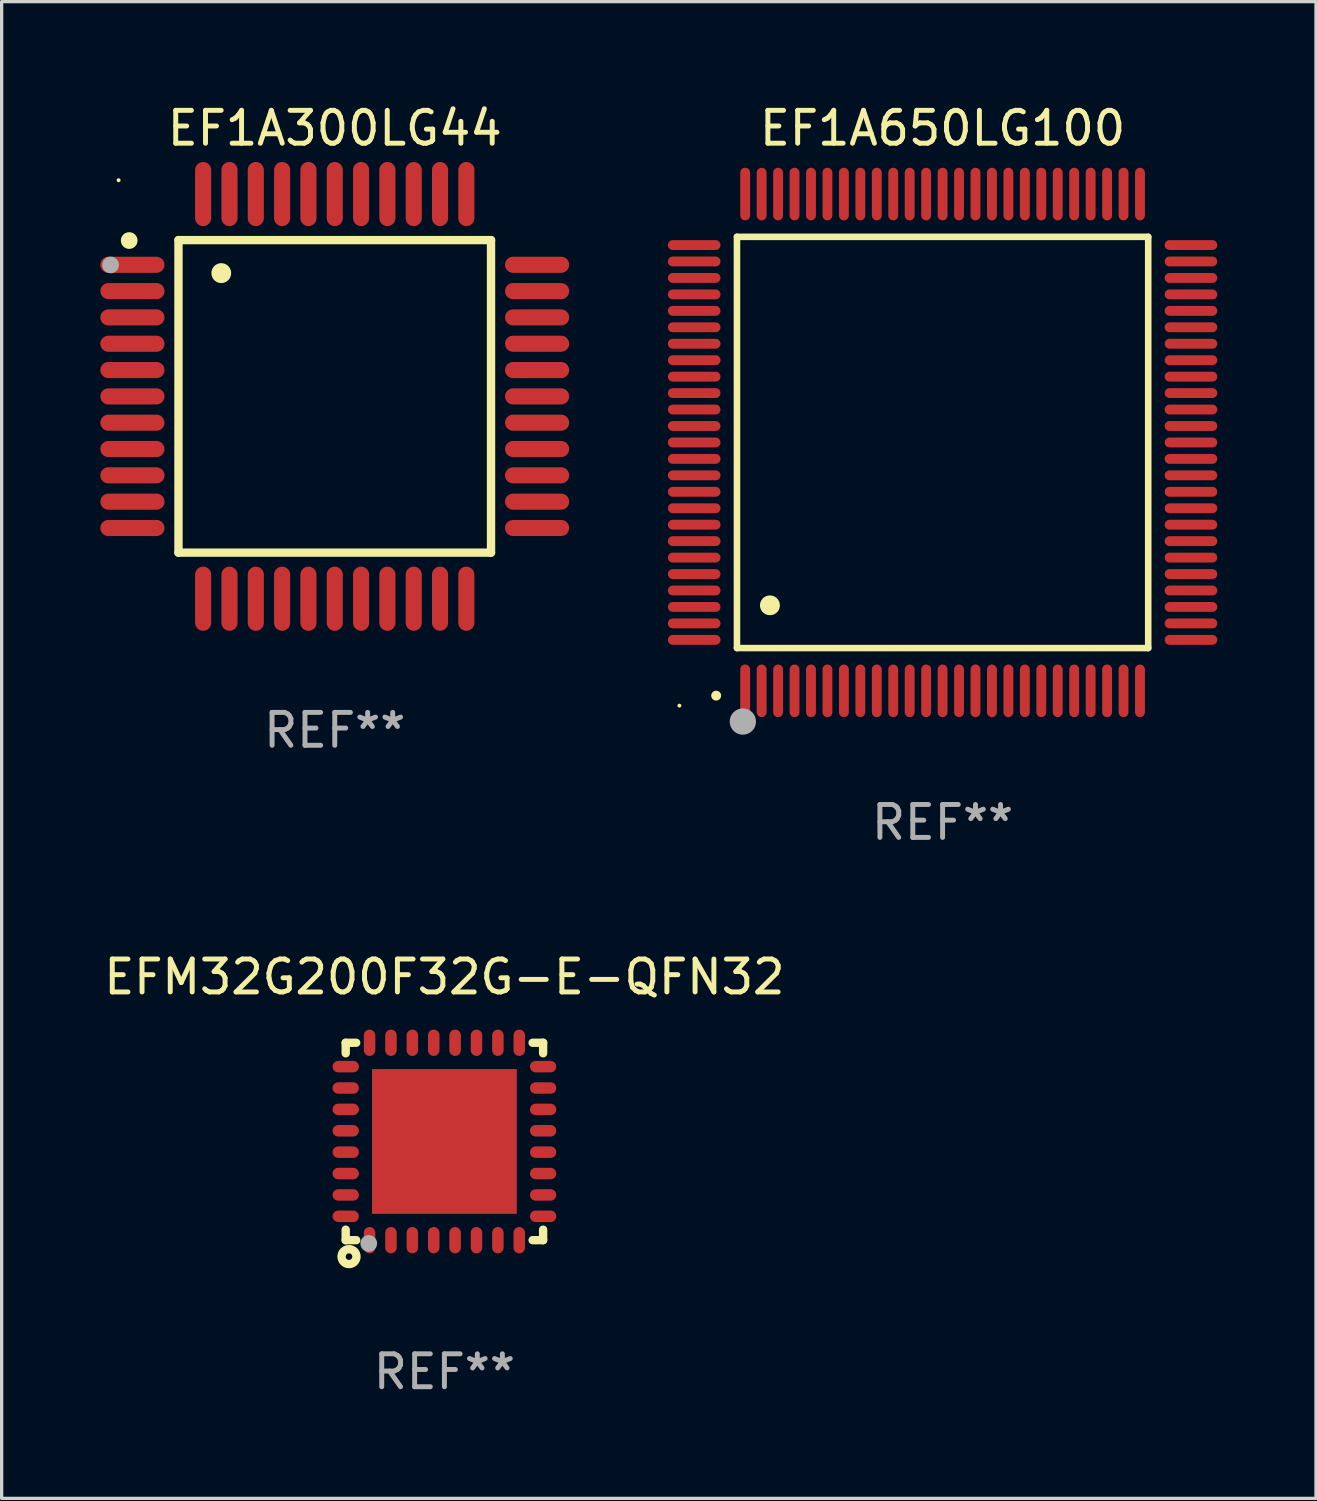
<source format=kicad_pcb>
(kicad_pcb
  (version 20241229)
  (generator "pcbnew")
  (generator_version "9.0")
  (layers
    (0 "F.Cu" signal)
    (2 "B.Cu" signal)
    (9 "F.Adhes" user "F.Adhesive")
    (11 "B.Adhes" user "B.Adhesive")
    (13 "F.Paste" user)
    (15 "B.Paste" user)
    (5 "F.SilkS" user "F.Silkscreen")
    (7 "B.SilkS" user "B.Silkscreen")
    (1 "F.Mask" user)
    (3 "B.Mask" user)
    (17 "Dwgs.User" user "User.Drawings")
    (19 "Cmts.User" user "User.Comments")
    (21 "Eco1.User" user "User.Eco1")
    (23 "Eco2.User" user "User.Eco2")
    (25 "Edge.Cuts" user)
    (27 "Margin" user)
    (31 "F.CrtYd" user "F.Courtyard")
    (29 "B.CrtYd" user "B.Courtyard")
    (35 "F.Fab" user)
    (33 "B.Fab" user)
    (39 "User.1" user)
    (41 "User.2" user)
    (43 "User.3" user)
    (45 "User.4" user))
  (footprint "EFM32G200F32G-E-QFN32"
    (layer "F.Cu")
    (at 10.458 31.645)
    (property "Reference" "EFM32G200F32G-E-QFN32" (at 0 -5 0) (layer "F.SilkS") (effects (font (size 1 1) (thickness 0.15))))
    (attr through_hole)
    (fp_line (start -3 -3) (end -3 -2.681) (stroke (width 0.254) (type solid)) (layer "F.SilkS"))
    (fp_line (start -3 -3) (end -2.681 -3) (stroke (width 0.254) (type solid)) (layer "F.SilkS"))
    (fp_line (start -3 2.681) (end -3 3) (stroke (width 0.254) (type solid)) (layer "F.SilkS"))
    (fp_line (start -3 3) (end -2.681 3) (stroke (width 0.254) (type solid)) (layer "F.SilkS"))
    (fp_line (start 2.681 -3) (end 3 -3) (stroke (width 0.254) (type solid)) (layer "F.SilkS"))
    (fp_line (start 2.681 3) (end 3 3) (stroke (width 0.254) (type solid)) (layer "F.SilkS"))
    (fp_line (start 3 -3) (end 3 -2.681) (stroke (width 0.254) (type solid)) (layer "F.SilkS"))
    (fp_line (start 3 2.681) (end 3 3) (stroke (width 0.254) (type solid)) (layer "F.SilkS"))
    (fp_circle (center -3 3) (end -2.97 3) (stroke (width 0.06) (type solid)) (fill no) (layer "F.SilkS"))
    (fp_circle (center -2.9 3.5) (end -2.8 3.5) (stroke (width 0.254) (type solid)) (fill no) (layer "F.SilkS"))
    (fp_circle (center -2.3 3.1) (end -2.173 3.1) (stroke (width 0.254) (type solid)) (fill no) (layer "F.Fab"))
    (fp_text user "REF**" (at 0 7 0) (layer "F.Fab") (effects (font (size 1 1) (thickness 0.15))))
    (pad "1" smd oval (at -2.275 3 180) (size 0.35 0.8) (layers "F.Cu" "F.Mask" "F.Paste"))
    (pad "2" smd oval (at -1.625 3 180) (size 0.35 0.8) (layers "F.Cu" "F.Mask" "F.Paste"))
    (pad "3" smd oval (at -0.975 3 180) (size 0.35 0.8) (layers "F.Cu" "F.Mask" "F.Paste"))
    (pad "4" smd oval (at -0.325 3 180) (size 0.35 0.8) (layers "F.Cu" "F.Mask" "F.Paste"))
    (pad "5" smd oval (at 0.325 3 180) (size 0.35 0.8) (layers "F.Cu" "F.Mask" "F.Paste"))
    (pad "6" smd oval (at 0.975 3 180) (size 0.35 0.8) (layers "F.Cu" "F.Mask" "F.Paste"))
    (pad "7" smd oval (at 1.625 3 180) (size 0.35 0.8) (layers "F.Cu" "F.Mask" "F.Paste"))
    (pad "8" smd oval (at 2.275 3 180) (size 0.35 0.8) (layers "F.Cu" "F.Mask" "F.Paste"))
    (pad "9" smd oval (at 3 2.275 90) (size 0.35 0.8) (layers "F.Cu" "F.Mask" "F.Paste"))
    (pad "10" smd oval (at 3 1.625 90) (size 0.35 0.8) (layers "F.Cu" "F.Mask" "F.Paste"))
    (pad "11" smd oval (at 3 0.975 90) (size 0.35 0.8) (layers "F.Cu" "F.Mask" "F.Paste"))
    (pad "12" smd oval (at 3 0.325 90) (size 0.35 0.8) (layers "F.Cu" "F.Mask" "F.Paste"))
    (pad "13" smd oval (at 3 -0.325 90) (size 0.35 0.8) (layers "F.Cu" "F.Mask" "F.Paste"))
    (pad "14" smd oval (at 3 -0.975 90) (size 0.35 0.8) (layers "F.Cu" "F.Mask" "F.Paste"))
    (pad "15" smd oval (at 3 -1.625 90) (size 0.35 0.8) (layers "F.Cu" "F.Mask" "F.Paste"))
    (pad "16" smd oval (at 3 -2.275 90) (size 0.35 0.8) (layers "F.Cu" "F.Mask" "F.Paste"))
    (pad "17" smd oval (at 2.275 -3 180) (size 0.35 0.8) (layers "F.Cu" "F.Mask" "F.Paste"))
    (pad "18" smd oval (at 1.625 -3 180) (size 0.35 0.8) (layers "F.Cu" "F.Mask" "F.Paste"))
    (pad "19" smd oval (at 0.975 -3 180) (size 0.35 0.8) (layers "F.Cu" "F.Mask" "F.Paste"))
    (pad "20" smd oval (at 0.325 -3 180) (size 0.35 0.8) (layers "F.Cu" "F.Mask" "F.Paste"))
    (pad "21" smd oval (at -0.325 -3 180) (size 0.35 0.8) (layers "F.Cu" "F.Mask" "F.Paste"))
    (pad "22" smd oval (at -0.975 -3 180) (size 0.35 0.8) (layers "F.Cu" "F.Mask" "F.Paste"))
    (pad "23" smd oval (at -1.625 -3 180) (size 0.35 0.8) (layers "F.Cu" "F.Mask" "F.Paste"))
    (pad "24" smd oval (at -2.275 -3 180) (size 0.35 0.8) (layers "F.Cu" "F.Mask" "F.Paste"))
    (pad "25" smd oval (at -3 -2.275 90) (size 0.35 0.8) (layers "F.Cu" "F.Mask" "F.Paste"))
    (pad "26" smd oval (at -3 -1.625 90) (size 0.35 0.8) (layers "F.Cu" "F.Mask" "F.Paste"))
    (pad "27" smd oval (at -3 -0.975 90) (size 0.35 0.8) (layers "F.Cu" "F.Mask" "F.Paste"))
    (pad "28" smd oval (at -3 -0.325 90) (size 0.35 0.8) (layers "F.Cu" "F.Mask" "F.Paste"))
    (pad "29" smd oval (at -3 0.325 90) (size 0.35 0.8) (layers "F.Cu" "F.Mask" "F.Paste"))
    (pad "30" smd oval (at -3 0.975 90) (size 0.35 0.8) (layers "F.Cu" "F.Mask" "F.Paste"))
    (pad "31" smd oval (at -3 1.625 90) (size 0.35 0.8) (layers "F.Cu" "F.Mask" "F.Paste"))
    (pad "32" smd oval (at -3 2.275 90) (size 0.35 0.8) (layers "F.Cu" "F.Mask" "F.Paste"))
    (pad "33" smd rect (at 0.000038 0.000038 90) (size 4.4 4.4) (layers "F.Cu" "F.Mask" "F.Paste")))
  (footprint "EF1A300LG44"
    (layer "F.Cu")
    (at 7.125 8.998)
    (property "Reference" "EF1A300LG44" (at 0 -8.15 0) (layer "F.SilkS") (effects (font (size 1 1) (thickness 0.15))))
    (attr through_hole)
    (fp_line (start -4.75 -4.75) (end 4.75 -4.75) (stroke (width 0.254) (type solid)) (layer "F.SilkS"))
    (fp_line (start -4.75 4.75) (end -4.75 -4.75) (stroke (width 0.254) (type solid)) (layer "F.SilkS"))
    (fp_line (start 4.75 -4.75) (end 4.75 4.75) (stroke (width 0.254) (type solid)) (layer "F.SilkS"))
    (fp_line (start 4.75 4.75) (end -4.75 4.75) (stroke (width 0.254) (type solid)) (layer "F.SilkS"))
    (fp_arc (start -3.449301 -3.743942) (mid -3.449312 -3.746482) (end -3.449301 -3.749022) (stroke (width 0.6) (type solid)) (layer "F.SilkS"))
    (fp_circle (center -6.57 -6.57) (end -6.54 -6.57) (stroke (width 0.06) (type solid)) (fill no) (layer "F.SilkS"))
    (fp_circle (center -6.248 -4.737) (end -6.121 -4.737) (stroke (width 0.254) (type solid)) (fill no) (layer "F.SilkS"))
    (fp_circle (center -6.813 -3.995) (end -6.686 -3.995) (stroke (width 0.254) (type solid)) (fill no) (layer "F.Fab"))
    (fp_text user "REF**" (at 0 10.15 0) (layer "F.Fab") (effects (font (size 1 1) (thickness 0.15))))
    (pad "1" smd oval (at -6.15 -4 90) (size 0.49 1.95) (layers "F.Cu" "F.Mask" "F.Paste"))
    (pad "2" smd oval (at -6.15 -3.2 90) (size 0.49 1.95) (layers "F.Cu" "F.Mask" "F.Paste"))
    (pad "3" smd oval (at -6.15 -2.4 90) (size 0.49 1.95) (layers "F.Cu" "F.Mask" "F.Paste"))
    (pad "4" smd oval (at -6.15 -1.6 90) (size 0.49 1.95) (layers "F.Cu" "F.Mask" "F.Paste"))
    (pad "5" smd oval (at -6.15 -0.8 90) (size 0.49 1.95) (layers "F.Cu" "F.Mask" "F.Paste"))
    (pad "6" smd oval (at -6.15 0 90) (size 0.49 1.95) (layers "F.Cu" "F.Mask" "F.Paste"))
    (pad "7" smd oval (at -6.15 0.8 90) (size 0.49 1.95) (layers "F.Cu" "F.Mask" "F.Paste"))
    (pad "8" smd oval (at -6.15 1.6 90) (size 0.49 1.95) (layers "F.Cu" "F.Mask" "F.Paste"))
    (pad "9" smd oval (at -6.15 2.4 90) (size 0.49 1.95) (layers "F.Cu" "F.Mask" "F.Paste"))
    (pad "10" smd oval (at -6.15 3.2 90) (size 0.49 1.95) (layers "F.Cu" "F.Mask" "F.Paste"))
    (pad "11" smd oval (at -6.15 4 90) (size 0.49 1.95) (layers "F.Cu" "F.Mask" "F.Paste"))
    (pad "12" smd oval (at -4 6.15) (size 0.49 1.95) (layers "F.Cu" "F.Mask" "F.Paste"))
    (pad "13" smd oval (at -3.2 6.15) (size 0.49 1.95) (layers "F.Cu" "F.Mask" "F.Paste"))
    (pad "14" smd oval (at -2.4 6.15) (size 0.49 1.95) (layers "F.Cu" "F.Mask" "F.Paste"))
    (pad "15" smd oval (at -1.6 6.15) (size 0.49 1.95) (layers "F.Cu" "F.Mask" "F.Paste"))
    (pad "16" smd oval (at -0.8 6.15) (size 0.49 1.95) (layers "F.Cu" "F.Mask" "F.Paste"))
    (pad "17" smd oval (at 0 6.15) (size 0.49 1.95) (layers "F.Cu" "F.Mask" "F.Paste"))
    (pad "18" smd oval (at 0.8 6.15) (size 0.49 1.95) (layers "F.Cu" "F.Mask" "F.Paste"))
    (pad "19" smd oval (at 1.6 6.15) (size 0.49 1.95) (layers "F.Cu" "F.Mask" "F.Paste"))
    (pad "20" smd oval (at 2.4 6.15) (size 0.49 1.95) (layers "F.Cu" "F.Mask" "F.Paste"))
    (pad "21" smd oval (at 3.2 6.15) (size 0.49 1.95) (layers "F.Cu" "F.Mask" "F.Paste"))
    (pad "22" smd oval (at 4 6.15) (size 0.49 1.95) (layers "F.Cu" "F.Mask" "F.Paste"))
    (pad "23" smd oval (at 6.15 4 90) (size 0.49 1.95) (layers "F.Cu" "F.Mask" "F.Paste"))
    (pad "24" smd oval (at 6.15 3.2 90) (size 0.49 1.95) (layers "F.Cu" "F.Mask" "F.Paste"))
    (pad "25" smd oval (at 6.15 2.4 90) (size 0.49 1.95) (layers "F.Cu" "F.Mask" "F.Paste"))
    (pad "26" smd oval (at 6.15 1.6 90) (size 0.49 1.95) (layers "F.Cu" "F.Mask" "F.Paste"))
    (pad "27" smd oval (at 6.15 0.8 90) (size 0.49 1.95) (layers "F.Cu" "F.Mask" "F.Paste"))
    (pad "28" smd oval (at 6.15 0 90) (size 0.49 1.95) (layers "F.Cu" "F.Mask" "F.Paste"))
    (pad "29" smd oval (at 6.15 -0.8 90) (size 0.49 1.95) (layers "F.Cu" "F.Mask" "F.Paste"))
    (pad "30" smd oval (at 6.15 -1.6 90) (size 0.49 1.95) (layers "F.Cu" "F.Mask" "F.Paste"))
    (pad "31" smd oval (at 6.15 -2.4 90) (size 0.49 1.95) (layers "F.Cu" "F.Mask" "F.Paste"))
    (pad "32" smd oval (at 6.15 -3.2 90) (size 0.49 1.95) (layers "F.Cu" "F.Mask" "F.Paste"))
    (pad "33" smd oval (at 6.15 -4 90) (size 0.49 1.95) (layers "F.Cu" "F.Mask" "F.Paste"))
    (pad "34" smd oval (at 4 -6.15) (size 0.49 1.95) (layers "F.Cu" "F.Mask" "F.Paste"))
    (pad "35" smd oval (at 3.2 -6.15) (size 0.49 1.95) (layers "F.Cu" "F.Mask" "F.Paste"))
    (pad "36" smd oval (at 2.4 -6.15) (size 0.49 1.95) (layers "F.Cu" "F.Mask" "F.Paste"))
    (pad "37" smd oval (at 1.6 -6.15) (size 0.49 1.95) (layers "F.Cu" "F.Mask" "F.Paste"))
    (pad "38" smd oval (at 0.8 -6.15) (size 0.49 1.95) (layers "F.Cu" "F.Mask" "F.Paste"))
    (pad "39" smd oval (at 0 -6.15) (size 0.49 1.95) (layers "F.Cu" "F.Mask" "F.Paste"))
    (pad "40" smd oval (at -0.8 -6.15) (size 0.49 1.95) (layers "F.Cu" "F.Mask" "F.Paste"))
    (pad "41" smd oval (at -1.6 -6.15) (size 0.49 1.95) (layers "F.Cu" "F.Mask" "F.Paste"))
    (pad "42" smd oval (at -2.4 -6.15) (size 0.49 1.95) (layers "F.Cu" "F.Mask" "F.Paste"))
    (pad "43" smd oval (at -3.2 -6.15) (size 0.49 1.95) (layers "F.Cu" "F.Mask" "F.Paste"))
    (pad "44" smd oval (at -4 -6.15) (size 0.49 1.95) (layers "F.Cu" "F.Mask" "F.Paste")))
  (footprint "EF1A650LG100"
    (layer "F.Cu")
    (at 25.6 10.398)
    (property "Reference" "EF1A650LG100" (at 0 -9.55 0) (layer "F.SilkS") (effects (font (size 1 1) (thickness 0.15))))
    (attr through_hole)
    (fp_line (start -6.25 -6.25) (end -6.25 6.25) (stroke (width 0.2) (type solid)) (layer "F.SilkS"))
    (fp_line (start -6.25 6.25) (end 6.25 6.25) (stroke (width 0.2) (type solid)) (layer "F.SilkS"))
    (fp_line (start 6.25 -6.25) (end -6.25 -6.25) (stroke (width 0.2) (type solid)) (layer "F.SilkS"))
    (fp_line (start 6.25 6.25) (end 6.25 -6.25) (stroke (width 0.2) (type solid)) (layer "F.SilkS"))
    (fp_arc (start -6.883414 7.696215) (mid -6.882144 7.69621) (end -6.880874 7.696215) (stroke (width 0.3) (type solid)) (layer "F.SilkS"))
    (fp_arc (start -5.250191 4.95047) (mid -5.247651 4.950459) (end -5.245111 4.95047) (stroke (width 0.6) (type solid)) (layer "F.SilkS"))
    (fp_circle (center -8 8) (end -7.97 8) (stroke (width 0.06) (type solid)) (fill no) (layer "F.SilkS"))
    (fp_circle (center -6.071 8.484) (end -5.871 8.484) (stroke (width 0.4) (type solid)) (fill no) (layer "F.Fab"))
    (fp_text user "REF**" (at 0 11.55 0) (layer "F.Fab") (effects (font (size 1 1) (thickness 0.15))))
    (pad "1" smd oval (at -6 7.55) (size 0.3 1.6) (layers "F.Cu" "F.Mask" "F.Paste"))
    (pad "2" smd oval (at -5.5 7.55) (size 0.3 1.6) (layers "F.Cu" "F.Mask" "F.Paste"))
    (pad "3" smd oval (at -5 7.55) (size 0.3 1.6) (layers "F.Cu" "F.Mask" "F.Paste"))
    (pad "4" smd oval (at -4.5 7.55) (size 0.3 1.6) (layers "F.Cu" "F.Mask" "F.Paste"))
    (pad "5" smd oval (at -4 7.55) (size 0.3 1.6) (layers "F.Cu" "F.Mask" "F.Paste"))
    (pad "6" smd oval (at -3.5 7.55) (size 0.3 1.6) (layers "F.Cu" "F.Mask" "F.Paste"))
    (pad "7" smd oval (at -3 7.55) (size 0.3 1.6) (layers "F.Cu" "F.Mask" "F.Paste"))
    (pad "8" smd oval (at -2.5 7.55) (size 0.3 1.6) (layers "F.Cu" "F.Mask" "F.Paste"))
    (pad "9" smd oval (at -2 7.55) (size 0.3 1.6) (layers "F.Cu" "F.Mask" "F.Paste"))
    (pad "10" smd oval (at -1.5 7.55) (size 0.3 1.6) (layers "F.Cu" "F.Mask" "F.Paste"))
    (pad "11" smd oval (at -1 7.55) (size 0.3 1.6) (layers "F.Cu" "F.Mask" "F.Paste"))
    (pad "12" smd oval (at -0.5 7.55) (size 0.3 1.6) (layers "F.Cu" "F.Mask" "F.Paste"))
    (pad "13" smd oval (at 0 7.55) (size 0.3 1.6) (layers "F.Cu" "F.Mask" "F.Paste"))
    (pad "14" smd oval (at 0.5 7.55) (size 0.3 1.6) (layers "F.Cu" "F.Mask" "F.Paste"))
    (pad "15" smd oval (at 1 7.55) (size 0.3 1.6) (layers "F.Cu" "F.Mask" "F.Paste"))
    (pad "16" smd oval (at 1.5 7.55) (size 0.3 1.6) (layers "F.Cu" "F.Mask" "F.Paste"))
    (pad "17" smd oval (at 2 7.55) (size 0.3 1.6) (layers "F.Cu" "F.Mask" "F.Paste"))
    (pad "18" smd oval (at 2.5 7.55) (size 0.3 1.6) (layers "F.Cu" "F.Mask" "F.Paste"))
    (pad "19" smd oval (at 3 7.55) (size 0.3 1.6) (layers "F.Cu" "F.Mask" "F.Paste"))
    (pad "20" smd oval (at 3.5 7.55) (size 0.3 1.6) (layers "F.Cu" "F.Mask" "F.Paste"))
    (pad "21" smd oval (at 4 7.55) (size 0.3 1.6) (layers "F.Cu" "F.Mask" "F.Paste"))
    (pad "22" smd oval (at 4.5 7.55) (size 0.3 1.6) (layers "F.Cu" "F.Mask" "F.Paste"))
    (pad "23" smd oval (at 5 7.55) (size 0.3 1.6) (layers "F.Cu" "F.Mask" "F.Paste"))
    (pad "24" smd oval (at 5.5 7.55) (size 0.3 1.6) (layers "F.Cu" "F.Mask" "F.Paste"))
    (pad "25" smd oval (at 6 7.55) (size 0.3 1.6) (layers "F.Cu" "F.Mask" "F.Paste"))
    (pad "26" smd oval (at 7.55 6) (size 1.6 0.3) (layers "F.Cu" "F.Mask" "F.Paste"))
    (pad "27" smd oval (at 7.55 5.5) (size 1.6 0.3) (layers "F.Cu" "F.Mask" "F.Paste"))
    (pad "28" smd oval (at 7.55 5) (size 1.6 0.3) (layers "F.Cu" "F.Mask" "F.Paste"))
    (pad "29" smd oval (at 7.55 4.5) (size 1.6 0.3) (layers "F.Cu" "F.Mask" "F.Paste"))
    (pad "30" smd oval (at 7.55 4) (size 1.6 0.3) (layers "F.Cu" "F.Mask" "F.Paste"))
    (pad "31" smd oval (at 7.55 3.5) (size 1.6 0.3) (layers "F.Cu" "F.Mask" "F.Paste"))
    (pad "32" smd oval (at 7.55 3) (size 1.6 0.3) (layers "F.Cu" "F.Mask" "F.Paste"))
    (pad "33" smd oval (at 7.55 2.5) (size 1.6 0.3) (layers "F.Cu" "F.Mask" "F.Paste"))
    (pad "34" smd oval (at 7.55 2) (size 1.6 0.3) (layers "F.Cu" "F.Mask" "F.Paste"))
    (pad "35" smd oval (at 7.55 1.5) (size 1.6 0.3) (layers "F.Cu" "F.Mask" "F.Paste"))
    (pad "36" smd oval (at 7.55 1) (size 1.6 0.3) (layers "F.Cu" "F.Mask" "F.Paste"))
    (pad "37" smd oval (at 7.55 0.5) (size 1.6 0.3) (layers "F.Cu" "F.Mask" "F.Paste"))
    (pad "38" smd oval (at 7.55 0) (size 1.6 0.3) (layers "F.Cu" "F.Mask" "F.Paste"))
    (pad "39" smd oval (at 7.55 -0.5) (size 1.6 0.3) (layers "F.Cu" "F.Mask" "F.Paste"))
    (pad "40" smd oval (at 7.55 -1) (size 1.6 0.3) (layers "F.Cu" "F.Mask" "F.Paste"))
    (pad "41" smd oval (at 7.55 -1.5) (size 1.6 0.3) (layers "F.Cu" "F.Mask" "F.Paste"))
    (pad "42" smd oval (at 7.55 -2) (size 1.6 0.3) (layers "F.Cu" "F.Mask" "F.Paste"))
    (pad "43" smd oval (at 7.55 -2.5) (size 1.6 0.3) (layers "F.Cu" "F.Mask" "F.Paste"))
    (pad "44" smd oval (at 7.55 -3) (size 1.6 0.3) (layers "F.Cu" "F.Mask" "F.Paste"))
    (pad "45" smd oval (at 7.55 -3.5) (size 1.6 0.3) (layers "F.Cu" "F.Mask" "F.Paste"))
    (pad "46" smd oval (at 7.55 -4) (size 1.6 0.3) (layers "F.Cu" "F.Mask" "F.Paste"))
    (pad "47" smd oval (at 7.55 -4.5) (size 1.6 0.3) (layers "F.Cu" "F.Mask" "F.Paste"))
    (pad "48" smd oval (at 7.55 -5) (size 1.6 0.3) (layers "F.Cu" "F.Mask" "F.Paste"))
    (pad "49" smd oval (at 7.55 -5.5) (size 1.6 0.3) (layers "F.Cu" "F.Mask" "F.Paste"))
    (pad "50" smd oval (at 7.55 -6) (size 1.6 0.3) (layers "F.Cu" "F.Mask" "F.Paste"))
    (pad "51" smd oval (at 6 -7.55) (size 0.3 1.6) (layers "F.Cu" "F.Mask" "F.Paste"))
    (pad "52" smd oval (at 5.5 -7.55) (size 0.3 1.6) (layers "F.Cu" "F.Mask" "F.Paste"))
    (pad "53" smd oval (at 5 -7.55) (size 0.3 1.6) (layers "F.Cu" "F.Mask" "F.Paste"))
    (pad "54" smd oval (at 4.5 -7.55) (size 0.3 1.6) (layers "F.Cu" "F.Mask" "F.Paste"))
    (pad "55" smd oval (at 4 -7.55) (size 0.3 1.6) (layers "F.Cu" "F.Mask" "F.Paste"))
    (pad "56" smd oval (at 3.5 -7.55) (size 0.3 1.6) (layers "F.Cu" "F.Mask" "F.Paste"))
    (pad "57" smd oval (at 3 -7.55) (size 0.3 1.6) (layers "F.Cu" "F.Mask" "F.Paste"))
    (pad "58" smd oval (at 2.5 -7.55) (size 0.3 1.6) (layers "F.Cu" "F.Mask" "F.Paste"))
    (pad "59" smd oval (at 2 -7.55) (size 0.3 1.6) (layers "F.Cu" "F.Mask" "F.Paste"))
    (pad "60" smd oval (at 1.5 -7.55) (size 0.3 1.6) (layers "F.Cu" "F.Mask" "F.Paste"))
    (pad "61" smd oval (at 1 -7.55) (size 0.3 1.6) (layers "F.Cu" "F.Mask" "F.Paste"))
    (pad "62" smd oval (at 0.5 -7.55) (size 0.3 1.6) (layers "F.Cu" "F.Mask" "F.Paste"))
    (pad "63" smd oval (at 0 -7.55) (size 0.3 1.6) (layers "F.Cu" "F.Mask" "F.Paste"))
    (pad "64" smd oval (at -0.5 -7.55) (size 0.3 1.6) (layers "F.Cu" "F.Mask" "F.Paste"))
    (pad "65" smd oval (at -1 -7.55) (size 0.3 1.6) (layers "F.Cu" "F.Mask" "F.Paste"))
    (pad "66" smd oval (at -1.5 -7.55) (size 0.3 1.6) (layers "F.Cu" "F.Mask" "F.Paste"))
    (pad "67" smd oval (at -2 -7.55) (size 0.3 1.6) (layers "F.Cu" "F.Mask" "F.Paste"))
    (pad "68" smd oval (at -2.5 -7.55) (size 0.3 1.6) (layers "F.Cu" "F.Mask" "F.Paste"))
    (pad "69" smd oval (at -3 -7.55) (size 0.3 1.6) (layers "F.Cu" "F.Mask" "F.Paste"))
    (pad "70" smd oval (at -3.5 -7.55) (size 0.3 1.6) (layers "F.Cu" "F.Mask" "F.Paste"))
    (pad "71" smd oval (at -4 -7.55) (size 0.3 1.6) (layers "F.Cu" "F.Mask" "F.Paste"))
    (pad "72" smd oval (at -4.5 -7.55) (size 0.3 1.6) (layers "F.Cu" "F.Mask" "F.Paste"))
    (pad "73" smd oval (at -5 -7.55) (size 0.3 1.6) (layers "F.Cu" "F.Mask" "F.Paste"))
    (pad "74" smd oval (at -5.5 -7.55) (size 0.3 1.6) (layers "F.Cu" "F.Mask" "F.Paste"))
    (pad "75" smd oval (at -6 -7.55) (size 0.3 1.6) (layers "F.Cu" "F.Mask" "F.Paste"))
    (pad "76" smd oval (at -7.55 -6) (size 1.6 0.3) (layers "F.Cu" "F.Mask" "F.Paste"))
    (pad "77" smd oval (at -7.55 -5.5) (size 1.6 0.3) (layers "F.Cu" "F.Mask" "F.Paste"))
    (pad "78" smd oval (at -7.55 -5) (size 1.6 0.3) (layers "F.Cu" "F.Mask" "F.Paste"))
    (pad "79" smd oval (at -7.55 -4.5) (size 1.6 0.3) (layers "F.Cu" "F.Mask" "F.Paste"))
    (pad "80" smd oval (at -7.55 -4) (size 1.6 0.3) (layers "F.Cu" "F.Mask" "F.Paste"))
    (pad "81" smd oval (at -7.55 -3.5) (size 1.6 0.3) (layers "F.Cu" "F.Mask" "F.Paste"))
    (pad "82" smd oval (at -7.55 -3) (size 1.6 0.3) (layers "F.Cu" "F.Mask" "F.Paste"))
    (pad "83" smd oval (at -7.55 -2.5) (size 1.6 0.3) (layers "F.Cu" "F.Mask" "F.Paste"))
    (pad "84" smd oval (at -7.55 -2) (size 1.6 0.3) (layers "F.Cu" "F.Mask" "F.Paste"))
    (pad "85" smd oval (at -7.55 -1.5) (size 1.6 0.3) (layers "F.Cu" "F.Mask" "F.Paste"))
    (pad "86" smd oval (at -7.55 -1) (size 1.6 0.3) (layers "F.Cu" "F.Mask" "F.Paste"))
    (pad "87" smd oval (at -7.55 -0.5) (size 1.6 0.3) (layers "F.Cu" "F.Mask" "F.Paste"))
    (pad "88" smd oval (at -7.55 0) (size 1.6 0.3) (layers "F.Cu" "F.Mask" "F.Paste"))
    (pad "89" smd oval (at -7.55 0.5) (size 1.6 0.3) (layers "F.Cu" "F.Mask" "F.Paste"))
    (pad "90" smd oval (at -7.55 1) (size 1.6 0.3) (layers "F.Cu" "F.Mask" "F.Paste"))
    (pad "91" smd oval (at -7.55 1.5) (size 1.6 0.3) (layers "F.Cu" "F.Mask" "F.Paste"))
    (pad "92" smd oval (at -7.55 2) (size 1.6 0.3) (layers "F.Cu" "F.Mask" "F.Paste"))
    (pad "93" smd oval (at -7.55 2.5) (size 1.6 0.3) (layers "F.Cu" "F.Mask" "F.Paste"))
    (pad "94" smd oval (at -7.55 3) (size 1.6 0.3) (layers "F.Cu" "F.Mask" "F.Paste"))
    (pad "95" smd oval (at -7.55 3.5) (size 1.6 0.3) (layers "F.Cu" "F.Mask" "F.Paste"))
    (pad "96" smd oval (at -7.55 4) (size 1.6 0.3) (layers "F.Cu" "F.Mask" "F.Paste"))
    (pad "97" smd oval (at -7.55 4.5) (size 1.6 0.3) (layers "F.Cu" "F.Mask" "F.Paste"))
    (pad "98" smd oval (at -7.55 5) (size 1.6 0.3) (layers "F.Cu" "F.Mask" "F.Paste"))
    (pad "99" smd oval (at -7.55 5.5) (size 1.6 0.3) (layers "F.Cu" "F.Mask" "F.Paste"))
    (pad "100" smd oval (at -7.55 6) (size 1.6 0.3) (layers "F.Cu" "F.Mask" "F.Paste")))
  (gr_rect
    (start -3 -3)
    (end 36.95 42.493)
    (stroke (width 0.1) (type default))
    (fill no)
    (layer "Edge.Cuts")))
</source>
